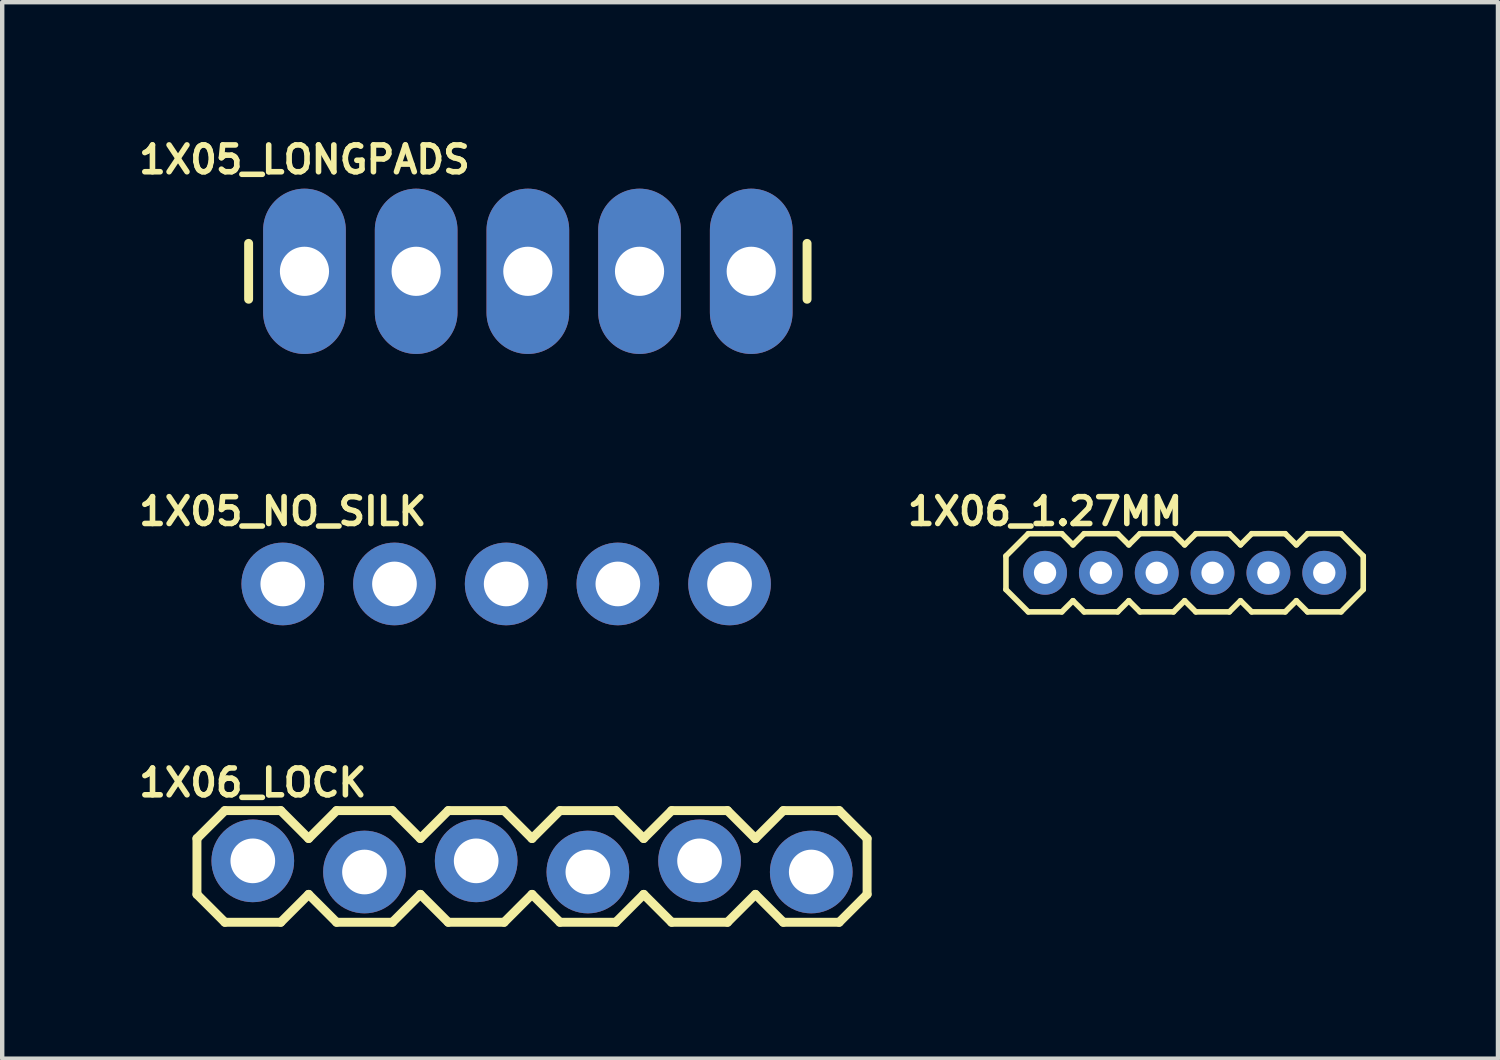
<source format=kicad_pcb>
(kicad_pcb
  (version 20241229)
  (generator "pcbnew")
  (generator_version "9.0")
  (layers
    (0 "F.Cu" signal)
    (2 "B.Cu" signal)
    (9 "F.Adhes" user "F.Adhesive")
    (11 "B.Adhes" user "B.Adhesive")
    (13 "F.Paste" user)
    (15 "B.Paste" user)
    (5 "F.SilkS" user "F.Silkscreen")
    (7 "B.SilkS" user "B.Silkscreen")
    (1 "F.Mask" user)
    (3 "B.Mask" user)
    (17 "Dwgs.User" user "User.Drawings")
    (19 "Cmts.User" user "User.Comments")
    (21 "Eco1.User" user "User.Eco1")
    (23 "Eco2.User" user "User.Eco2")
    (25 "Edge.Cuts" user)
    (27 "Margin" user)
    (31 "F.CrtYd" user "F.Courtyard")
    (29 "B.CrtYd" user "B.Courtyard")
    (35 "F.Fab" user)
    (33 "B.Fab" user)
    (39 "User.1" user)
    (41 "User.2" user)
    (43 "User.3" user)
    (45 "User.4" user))
  (footprint "1X06_LOCK"
    (layer "F.Cu")
    (at 2.699 16.527)
    (property "Reference" "1X06_LOCK" (at 0 -1.778 0) (layer "F.SilkS") (effects (font (size 0.61 0.61) (thickness 0.127))))
    (attr exclude_from_pos_files exclude_from_bom)
    (fp_line (start -1.27 -0.508) (end -0.635 -1.143) (stroke (width 0.203) (type solid)) (layer "F.SilkS"))
    (fp_line (start -1.27 0.762) (end -1.27 -0.508) (stroke (width 0.203) (type solid)) (layer "F.SilkS"))
    (fp_line (start -0.635 -1.143) (end 0.635 -1.143) (stroke (width 0.203) (type solid)) (layer "F.SilkS"))
    (fp_line (start -0.635 1.397) (end -1.27 0.762) (stroke (width 0.203) (type solid)) (layer "F.SilkS"))
    (fp_line (start 0.635 -1.143) (end 1.27 -0.508) (stroke (width 0.203) (type solid)) (layer "F.SilkS"))
    (fp_line (start 0.635 1.397) (end -0.635 1.397) (stroke (width 0.203) (type solid)) (layer "F.SilkS"))
    (fp_line (start 1.27 -0.508) (end 1.905 -1.143) (stroke (width 0.203) (type solid)) (layer "F.SilkS"))
    (fp_line (start 1.27 0.762) (end 0.635 1.397) (stroke (width 0.203) (type solid)) (layer "F.SilkS"))
    (fp_line (start 1.905 -1.143) (end 3.175 -1.143) (stroke (width 0.203) (type solid)) (layer "F.SilkS"))
    (fp_line (start 1.905 1.397) (end 1.27 0.762) (stroke (width 0.203) (type solid)) (layer "F.SilkS"))
    (fp_line (start 3.175 -1.143) (end 3.81 -0.508) (stroke (width 0.203) (type solid)) (layer "F.SilkS"))
    (fp_line (start 3.175 1.397) (end 1.905 1.397) (stroke (width 0.203) (type solid)) (layer "F.SilkS"))
    (fp_line (start 3.81 -0.508) (end 4.445 -1.143) (stroke (width 0.203) (type solid)) (layer "F.SilkS"))
    (fp_line (start 3.81 0.762) (end 3.175 1.397) (stroke (width 0.203) (type solid)) (layer "F.SilkS"))
    (fp_line (start 4.445 -1.143) (end 5.715 -1.143) (stroke (width 0.203) (type solid)) (layer "F.SilkS"))
    (fp_line (start 4.445 1.397) (end 3.81 0.762) (stroke (width 0.203) (type solid)) (layer "F.SilkS"))
    (fp_line (start 5.715 -1.143) (end 6.35 -0.508) (stroke (width 0.203) (type solid)) (layer "F.SilkS"))
    (fp_line (start 5.715 1.397) (end 4.445 1.397) (stroke (width 0.203) (type solid)) (layer "F.SilkS"))
    (fp_line (start 6.35 -0.508) (end 6.985 -1.143) (stroke (width 0.203) (type solid)) (layer "F.SilkS"))
    (fp_line (start 6.35 0.762) (end 5.715 1.397) (stroke (width 0.203) (type solid)) (layer "F.SilkS"))
    (fp_line (start 6.985 -1.143) (end 8.255 -1.143) (stroke (width 0.203) (type solid)) (layer "F.SilkS"))
    (fp_line (start 6.985 1.397) (end 6.35 0.762) (stroke (width 0.203) (type solid)) (layer "F.SilkS"))
    (fp_line (start 8.255 -1.143) (end 8.89 -0.508) (stroke (width 0.203) (type solid)) (layer "F.SilkS"))
    (fp_line (start 8.255 1.397) (end 6.985 1.397) (stroke (width 0.203) (type solid)) (layer "F.SilkS"))
    (fp_line (start 8.89 -0.508) (end 9.525 -1.143) (stroke (width 0.203) (type solid)) (layer "F.SilkS"))
    (fp_line (start 8.89 0.762) (end 8.255 1.397) (stroke (width 0.203) (type solid)) (layer "F.SilkS"))
    (fp_line (start 9.525 -1.143) (end 10.795 -1.143) (stroke (width 0.203) (type solid)) (layer "F.SilkS"))
    (fp_line (start 9.525 1.397) (end 8.89 0.762) (stroke (width 0.203) (type solid)) (layer "F.SilkS"))
    (fp_line (start 10.795 -1.143) (end 11.43 -0.508) (stroke (width 0.203) (type solid)) (layer "F.SilkS"))
    (fp_line (start 10.795 1.397) (end 9.525 1.397) (stroke (width 0.203) (type solid)) (layer "F.SilkS"))
    (fp_line (start 11.43 -0.508) (end 12.065 -1.143) (stroke (width 0.203) (type solid)) (layer "F.SilkS"))
    (fp_line (start 11.43 0.762) (end 10.795 1.397) (stroke (width 0.203) (type solid)) (layer "F.SilkS"))
    (fp_line (start 12.065 -1.143) (end 13.335 -1.143) (stroke (width 0.203) (type solid)) (layer "F.SilkS"))
    (fp_line (start 12.065 1.397) (end 11.43 0.762) (stroke (width 0.203) (type solid)) (layer "F.SilkS"))
    (fp_line (start 13.335 -1.143) (end 13.97 -0.508) (stroke (width 0.203) (type solid)) (layer "F.SilkS"))
    (fp_line (start 13.335 1.397) (end 12.065 1.397) (stroke (width 0.203) (type solid)) (layer "F.SilkS"))
    (fp_line (start 13.97 -0.508) (end 13.97 0.762) (stroke (width 0.203) (type solid)) (layer "F.SilkS"))
    (fp_line (start 13.97 0.762) (end 13.335 1.397) (stroke (width 0.203) (type solid)) (layer "F.SilkS"))
    (pad "1" thru_hole circle (at 0 0) (size 1.88 1.88) (drill 1.016) (layers "*.Cu" "*.Mask"))
    (pad "2" thru_hole circle (at 2.54 0.254) (size 1.88 1.88) (drill 1.016) (layers "*.Cu" "*.Mask"))
    (pad "3" thru_hole circle (at 5.08 0) (size 1.88 1.88) (drill 1.016) (layers "*.Cu" "*.Mask"))
    (pad "4" thru_hole circle (at 7.62 0.254) (size 1.88 1.88) (drill 1.016) (layers "*.Cu" "*.Mask"))
    (pad "5" thru_hole circle (at 10.16 0) (size 1.88 1.88) (drill 1.016) (layers "*.Cu" "*.Mask"))
    (pad "6" thru_hole circle (at 12.7 0.254) (size 1.88 1.88) (drill 1.016) (layers "*.Cu" "*.Mask")))
  (footprint "1X06_1.27MM"
    (layer "F.Cu")
    (at 20.716 9.976)
    (property "Reference" "1X06_1.27MM" (at 0 -1.397 0) (layer "F.SilkS") (effects (font (size 0.61 0.61) (thickness 0.127))))
    (attr exclude_from_pos_files exclude_from_bom)
    (fp_line (start -0.889 -0.381) (end -0.889 0.381) (stroke (width 0.127) (type solid)) (layer "F.SilkS"))
    (fp_line (start -0.889 0.381) (end -0.381 0.889) (stroke (width 0.127) (type solid)) (layer "F.SilkS"))
    (fp_line (start -0.381 -0.889) (end -0.889 -0.381) (stroke (width 0.127) (type solid)) (layer "F.SilkS"))
    (fp_line (start -0.381 0.889) (end 0.381 0.889) (stroke (width 0.127) (type solid)) (layer "F.SilkS"))
    (fp_line (start 0.381 -0.889) (end -0.381 -0.889) (stroke (width 0.127) (type solid)) (layer "F.SilkS"))
    (fp_line (start 0.381 0.889) (end 0.635 0.635) (stroke (width 0.127) (type solid)) (layer "F.SilkS"))
    (fp_line (start 0.635 -0.635) (end 0.381 -0.889) (stroke (width 0.127) (type solid)) (layer "F.SilkS"))
    (fp_line (start 0.635 0.635) (end 0.889 0.889) (stroke (width 0.127) (type solid)) (layer "F.SilkS"))
    (fp_line (start 0.889 -0.889) (end 0.635 -0.635) (stroke (width 0.127) (type solid)) (layer "F.SilkS"))
    (fp_line (start 0.889 0.889) (end 1.651 0.889) (stroke (width 0.127) (type solid)) (layer "F.SilkS"))
    (fp_line (start 1.651 -0.889) (end 0.889 -0.889) (stroke (width 0.127) (type solid)) (layer "F.SilkS"))
    (fp_line (start 1.651 0.889) (end 1.905 0.635) (stroke (width 0.127) (type solid)) (layer "F.SilkS"))
    (fp_line (start 1.905 -0.635) (end 1.651 -0.889) (stroke (width 0.127) (type solid)) (layer "F.SilkS"))
    (fp_line (start 1.905 0.635) (end 2.159 0.889) (stroke (width 0.127) (type solid)) (layer "F.SilkS"))
    (fp_line (start 2.159 -0.889) (end 1.905 -0.635) (stroke (width 0.127) (type solid)) (layer "F.SilkS"))
    (fp_line (start 2.159 0.889) (end 2.921 0.889) (stroke (width 0.127) (type solid)) (layer "F.SilkS"))
    (fp_line (start 2.921 -0.889) (end 2.159 -0.889) (stroke (width 0.127) (type solid)) (layer "F.SilkS"))
    (fp_line (start 2.921 0.889) (end 3.175 0.635) (stroke (width 0.127) (type solid)) (layer "F.SilkS"))
    (fp_line (start 3.175 -0.635) (end 2.921 -0.889) (stroke (width 0.127) (type solid)) (layer "F.SilkS"))
    (fp_line (start 3.175 0.635) (end 3.429 0.889) (stroke (width 0.127) (type solid)) (layer "F.SilkS"))
    (fp_line (start 3.429 -0.889) (end 3.175 -0.635) (stroke (width 0.127) (type solid)) (layer "F.SilkS"))
    (fp_line (start 3.429 0.889) (end 4.191 0.889) (stroke (width 0.127) (type solid)) (layer "F.SilkS"))
    (fp_line (start 4.191 -0.889) (end 3.429 -0.889) (stroke (width 0.127) (type solid)) (layer "F.SilkS"))
    (fp_line (start 4.191 0.889) (end 4.445 0.635) (stroke (width 0.127) (type solid)) (layer "F.SilkS"))
    (fp_line (start 4.445 -0.635) (end 4.191 -0.889) (stroke (width 0.127) (type solid)) (layer "F.SilkS"))
    (fp_line (start 4.445 0.635) (end 4.699 0.889) (stroke (width 0.127) (type solid)) (layer "F.SilkS"))
    (fp_line (start 4.699 -0.889) (end 4.445 -0.635) (stroke (width 0.127) (type solid)) (layer "F.SilkS"))
    (fp_line (start 4.699 0.889) (end 5.461 0.889) (stroke (width 0.127) (type solid)) (layer "F.SilkS"))
    (fp_line (start 5.461 -0.889) (end 4.699 -0.889) (stroke (width 0.127) (type solid)) (layer "F.SilkS"))
    (fp_line (start 5.461 0.889) (end 5.715 0.635) (stroke (width 0.127) (type solid)) (layer "F.SilkS"))
    (fp_line (start 5.715 -0.635) (end 5.461 -0.889) (stroke (width 0.127) (type solid)) (layer "F.SilkS"))
    (fp_line (start 5.715 0.635) (end 5.969 0.889) (stroke (width 0.127) (type solid)) (layer "F.SilkS"))
    (fp_line (start 5.969 -0.889) (end 5.715 -0.635) (stroke (width 0.127) (type solid)) (layer "F.SilkS"))
    (fp_line (start 5.969 0.889) (end 6.731 0.889) (stroke (width 0.127) (type solid)) (layer "F.SilkS"))
    (fp_line (start 6.731 -0.889) (end 5.969 -0.889) (stroke (width 0.127) (type solid)) (layer "F.SilkS"))
    (fp_line (start 6.731 -0.889) (end 7.236 -0.381) (stroke (width 0.127) (type solid)) (layer "F.SilkS"))
    (fp_line (start 7.236 -0.381) (end 7.236 0.381) (stroke (width 0.127) (type solid)) (layer "F.SilkS"))
    (fp_line (start 7.236 0.381) (end 6.731 0.889) (stroke (width 0.127) (type solid)) (layer "F.SilkS"))
    (pad "1" thru_hole circle (at 0 0) (size 0.998 0.998) (drill 0.508) (layers "*.Cu" "*.Mask"))
    (pad "2" thru_hole circle (at 1.27 0) (size 0.998 0.998) (drill 0.508) (layers "*.Cu" "*.Mask"))
    (pad "3" thru_hole circle (at 2.54 0) (size 0.998 0.998) (drill 0.508) (layers "*.Cu" "*.Mask"))
    (pad "4" thru_hole circle (at 3.81 0) (size 0.998 0.998) (drill 0.508) (layers "*.Cu" "*.Mask"))
    (pad "5" thru_hole circle (at 5.08 0) (size 0.998 0.998) (drill 0.508) (layers "*.Cu" "*.Mask"))
    (pad "6" thru_hole circle (at 6.35 0) (size 0.998 0.998) (drill 0.508) (layers "*.Cu" "*.Mask")))
  (footprint "1X05_NO_SILK"
    (layer "F.Cu")
    (at 3.381 10.23)
    (property "Reference" "1X05_NO_SILK" (at 0 -1.651 0) (layer "F.SilkS") (effects (font (size 0.61 0.61) (thickness 0.127))))
    (attr exclude_from_pos_files exclude_from_bom)
    (pad "1" thru_hole circle (at 0 0) (size 1.88 1.88) (drill 1.016) (layers "*.Cu" "*.Mask"))
    (pad "2" thru_hole circle (at 2.54 0) (size 1.88 1.88) (drill 1.016) (layers "*.Cu" "*.Mask"))
    (pad "3" thru_hole circle (at 5.08 0) (size 1.88 1.88) (drill 1.016) (layers "*.Cu" "*.Mask"))
    (pad "4" thru_hole circle (at 7.62 0) (size 1.88 1.88) (drill 1.016) (layers "*.Cu" "*.Mask"))
    (pad "5" thru_hole circle (at 10.16 0) (size 1.88 1.88) (drill 1.016) (layers "*.Cu" "*.Mask")))
  (footprint "1X05_LONGPADS"
    (layer "F.Cu")
    (at 3.874 3.12)
    (property "Reference" "1X05_LONGPADS" (at 0 -2.54 0) (layer "F.SilkS") (effects (font (size 0.61 0.61) (thickness 0.127))))
    (attr exclude_from_pos_files exclude_from_bom)
    (fp_line (start -1.27 -0.635) (end -1.27 0.635) (stroke (width 0.203) (type solid)) (layer "F.SilkS"))
    (fp_line (start 11.43 -0.635) (end 11.43 0.635) (stroke (width 0.203) (type solid)) (layer "F.SilkS"))
    (pad "1" thru_hole oval (at 0 0 180) (size 1.88 3.759) (drill 1.118) (layers "*.Cu" "*.Mask"))
    (pad "2" thru_hole oval (at 2.54 0 180) (size 1.88 3.759) (drill 1.118) (layers "*.Cu" "*.Mask"))
    (pad "3" thru_hole oval (at 5.08 0 180) (size 1.88 3.759) (drill 1.118) (layers "*.Cu" "*.Mask"))
    (pad "4" thru_hole oval (at 7.62 0 180) (size 1.88 3.759) (drill 1.118) (layers "*.Cu" "*.Mask"))
    (pad "5" thru_hole oval (at 10.16 0 180) (size 1.88 3.759) (drill 1.118) (layers "*.Cu" "*.Mask")))
  (gr_rect
    (start -3 -3)
    (end 31.016 21.026)
    (stroke (width 0.1) (type default))
    (fill no)
    (layer "Edge.Cuts")))
</source>
